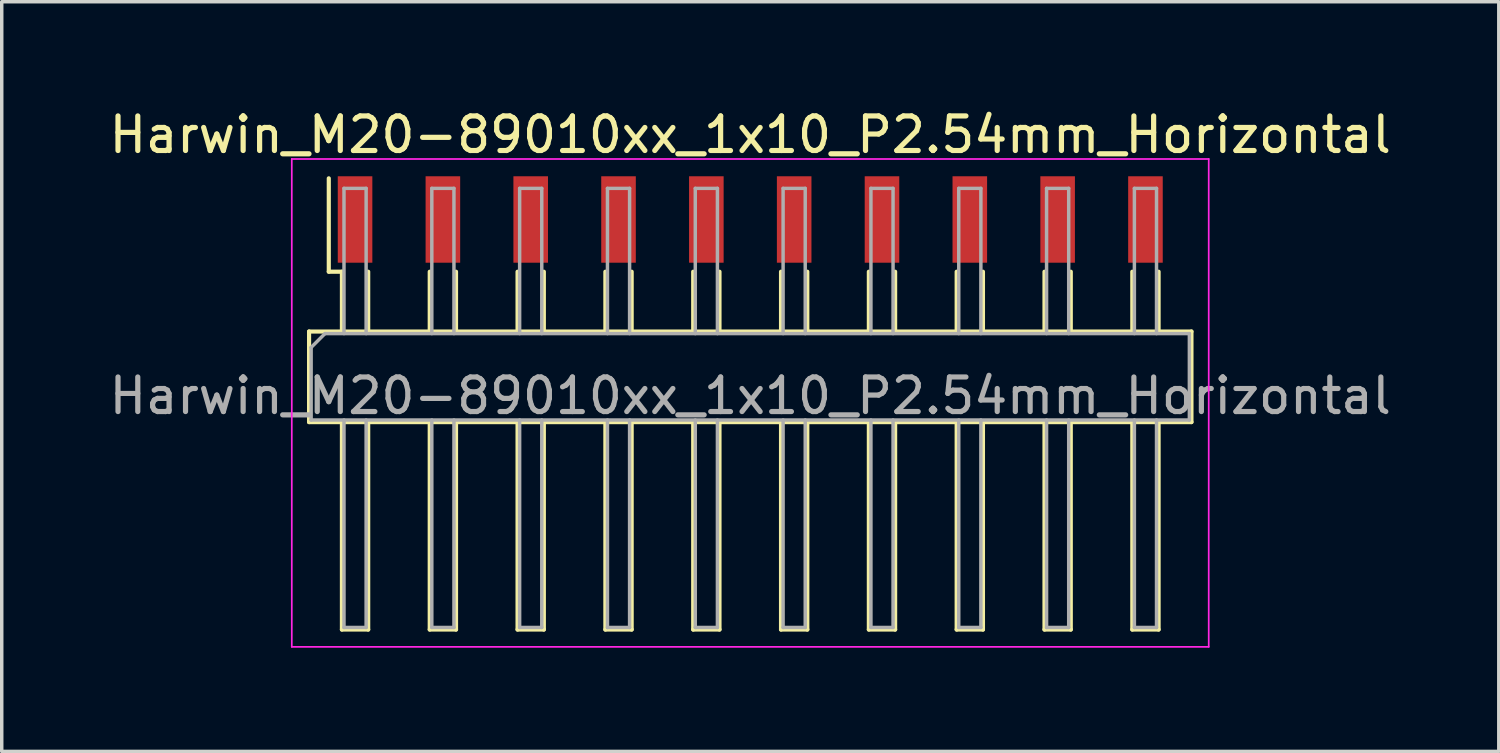
<source format=kicad_pcb>
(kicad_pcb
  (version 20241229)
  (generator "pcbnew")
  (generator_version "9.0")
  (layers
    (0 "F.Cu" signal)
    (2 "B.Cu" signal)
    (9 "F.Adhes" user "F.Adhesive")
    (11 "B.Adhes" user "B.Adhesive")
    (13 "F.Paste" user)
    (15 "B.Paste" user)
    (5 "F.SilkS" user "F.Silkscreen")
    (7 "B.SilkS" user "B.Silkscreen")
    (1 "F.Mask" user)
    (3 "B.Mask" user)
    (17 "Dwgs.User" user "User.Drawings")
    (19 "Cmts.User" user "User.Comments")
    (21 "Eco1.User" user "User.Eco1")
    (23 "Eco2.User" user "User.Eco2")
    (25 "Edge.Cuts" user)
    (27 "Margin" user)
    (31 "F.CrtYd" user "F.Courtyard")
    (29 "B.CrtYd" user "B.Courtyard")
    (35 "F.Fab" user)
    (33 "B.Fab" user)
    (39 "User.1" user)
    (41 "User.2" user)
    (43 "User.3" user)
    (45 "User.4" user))
  (footprint "Harwin_M20-89010xx_1x10_P2.54mm_Horizontal"
    (layer "F.Cu")
    (at 7.219 3.298)
    (property "Reference" "Harwin_M20-89010xx_1x10_P2.54mm_Horizontal" (at 11.43 -2.45 0) (layer "F.SilkS") (effects (font (size 1 1) (thickness 0.15))))
    (attr smd)
    (fp_line (start -1.33 3.24) (end -1.33 5.86) (stroke (width 0.12) (type solid)) (layer "F.SilkS"))
    (fp_line (start -1.33 5.86) (end 24.19 5.86) (stroke (width 0.12) (type solid)) (layer "F.SilkS"))
    (fp_line (start -0.76 1.51) (end -0.76 -1.19) (stroke (width 0.12) (type solid)) (layer "F.SilkS"))
    (fp_line (start -0.38 1.51) (end -0.76 1.51) (stroke (width 0.12) (type solid)) (layer "F.SilkS"))
    (fp_line (start -0.38 1.51) (end -0.38 3.24) (stroke (width 0.12) (type solid)) (layer "F.SilkS"))
    (fp_line (start -0.38 5.86) (end -0.38 11.86) (stroke (width 0.12) (type solid)) (layer "F.SilkS"))
    (fp_line (start -0.38 11.86) (end 0.38 11.86) (stroke (width 0.12) (type solid)) (layer "F.SilkS"))
    (fp_line (start 0.38 1.51) (end 0.38 3.24) (stroke (width 0.12) (type solid)) (layer "F.SilkS"))
    (fp_line (start 0.38 11.86) (end 0.38 5.86) (stroke (width 0.12) (type solid)) (layer "F.SilkS"))
    (fp_line (start 2.16 1.51) (end 2.16 3.24) (stroke (width 0.12) (type solid)) (layer "F.SilkS"))
    (fp_line (start 2.16 5.86) (end 2.16 11.86) (stroke (width 0.12) (type solid)) (layer "F.SilkS"))
    (fp_line (start 2.16 11.86) (end 2.92 11.86) (stroke (width 0.12) (type solid)) (layer "F.SilkS"))
    (fp_line (start 2.92 1.51) (end 2.92 3.24) (stroke (width 0.12) (type solid)) (layer "F.SilkS"))
    (fp_line (start 2.92 11.86) (end 2.92 5.86) (stroke (width 0.12) (type solid)) (layer "F.SilkS"))
    (fp_line (start 4.7 1.51) (end 4.7 3.24) (stroke (width 0.12) (type solid)) (layer "F.SilkS"))
    (fp_line (start 4.7 5.86) (end 4.7 11.86) (stroke (width 0.12) (type solid)) (layer "F.SilkS"))
    (fp_line (start 4.7 11.86) (end 5.46 11.86) (stroke (width 0.12) (type solid)) (layer "F.SilkS"))
    (fp_line (start 5.46 1.51) (end 5.46 3.24) (stroke (width 0.12) (type solid)) (layer "F.SilkS"))
    (fp_line (start 5.46 11.86) (end 5.46 5.86) (stroke (width 0.12) (type solid)) (layer "F.SilkS"))
    (fp_line (start 7.24 1.51) (end 7.24 3.24) (stroke (width 0.12) (type solid)) (layer "F.SilkS"))
    (fp_line (start 7.24 5.86) (end 7.24 11.86) (stroke (width 0.12) (type solid)) (layer "F.SilkS"))
    (fp_line (start 7.24 11.86) (end 8 11.86) (stroke (width 0.12) (type solid)) (layer "F.SilkS"))
    (fp_line (start 8 1.51) (end 8 3.24) (stroke (width 0.12) (type solid)) (layer "F.SilkS"))
    (fp_line (start 8 11.86) (end 8 5.86) (stroke (width 0.12) (type solid)) (layer "F.SilkS"))
    (fp_line (start 9.78 1.51) (end 9.78 3.24) (stroke (width 0.12) (type solid)) (layer "F.SilkS"))
    (fp_line (start 9.78 5.86) (end 9.78 11.86) (stroke (width 0.12) (type solid)) (layer "F.SilkS"))
    (fp_line (start 9.78 11.86) (end 10.54 11.86) (stroke (width 0.12) (type solid)) (layer "F.SilkS"))
    (fp_line (start 10.54 1.51) (end 10.54 3.24) (stroke (width 0.12) (type solid)) (layer "F.SilkS"))
    (fp_line (start 10.54 11.86) (end 10.54 5.86) (stroke (width 0.12) (type solid)) (layer "F.SilkS"))
    (fp_line (start 12.32 1.51) (end 12.32 3.24) (stroke (width 0.12) (type solid)) (layer "F.SilkS"))
    (fp_line (start 12.32 5.86) (end 12.32 11.86) (stroke (width 0.12) (type solid)) (layer "F.SilkS"))
    (fp_line (start 12.32 11.86) (end 13.08 11.86) (stroke (width 0.12) (type solid)) (layer "F.SilkS"))
    (fp_line (start 13.08 1.51) (end 13.08 3.24) (stroke (width 0.12) (type solid)) (layer "F.SilkS"))
    (fp_line (start 13.08 11.86) (end 13.08 5.86) (stroke (width 0.12) (type solid)) (layer "F.SilkS"))
    (fp_line (start 14.86 1.51) (end 14.86 3.24) (stroke (width 0.12) (type solid)) (layer "F.SilkS"))
    (fp_line (start 14.86 5.86) (end 14.86 11.86) (stroke (width 0.12) (type solid)) (layer "F.SilkS"))
    (fp_line (start 14.86 11.86) (end 15.62 11.86) (stroke (width 0.12) (type solid)) (layer "F.SilkS"))
    (fp_line (start 15.62 1.51) (end 15.62 3.24) (stroke (width 0.12) (type solid)) (layer "F.SilkS"))
    (fp_line (start 15.62 11.86) (end 15.62 5.86) (stroke (width 0.12) (type solid)) (layer "F.SilkS"))
    (fp_line (start 17.4 1.51) (end 17.4 3.24) (stroke (width 0.12) (type solid)) (layer "F.SilkS"))
    (fp_line (start 17.4 5.86) (end 17.4 11.86) (stroke (width 0.12) (type solid)) (layer "F.SilkS"))
    (fp_line (start 17.4 11.86) (end 18.16 11.86) (stroke (width 0.12) (type solid)) (layer "F.SilkS"))
    (fp_line (start 18.16 1.51) (end 18.16 3.24) (stroke (width 0.12) (type solid)) (layer "F.SilkS"))
    (fp_line (start 18.16 11.86) (end 18.16 5.86) (stroke (width 0.12) (type solid)) (layer "F.SilkS"))
    (fp_line (start 19.94 1.51) (end 19.94 3.24) (stroke (width 0.12) (type solid)) (layer "F.SilkS"))
    (fp_line (start 19.94 5.86) (end 19.94 11.86) (stroke (width 0.12) (type solid)) (layer "F.SilkS"))
    (fp_line (start 19.94 11.86) (end 20.7 11.86) (stroke (width 0.12) (type solid)) (layer "F.SilkS"))
    (fp_line (start 20.7 1.51) (end 20.7 3.24) (stroke (width 0.12) (type solid)) (layer "F.SilkS"))
    (fp_line (start 20.7 11.86) (end 20.7 5.86) (stroke (width 0.12) (type solid)) (layer "F.SilkS"))
    (fp_line (start 22.48 1.51) (end 22.48 3.24) (stroke (width 0.12) (type solid)) (layer "F.SilkS"))
    (fp_line (start 22.48 5.86) (end 22.48 11.86) (stroke (width 0.12) (type solid)) (layer "F.SilkS"))
    (fp_line (start 22.48 11.86) (end 23.24 11.86) (stroke (width 0.12) (type solid)) (layer "F.SilkS"))
    (fp_line (start 23.24 1.51) (end 23.24 3.24) (stroke (width 0.12) (type solid)) (layer "F.SilkS"))
    (fp_line (start 23.24 11.86) (end 23.24 5.86) (stroke (width 0.12) (type solid)) (layer "F.SilkS"))
    (fp_line (start 24.19 3.24) (end -1.33 3.24) (stroke (width 0.12) (type solid)) (layer "F.SilkS"))
    (fp_line (start 24.19 5.86) (end 24.19 3.24) (stroke (width 0.12) (type solid)) (layer "F.SilkS"))
    (fp_line (start -1.83 -1.75) (end 24.69 -1.75) (stroke (width 0.05) (type solid)) (layer "F.CrtYd"))
    (fp_line (start -1.83 12.36) (end -1.83 -1.75) (stroke (width 0.05) (type solid)) (layer "F.CrtYd"))
    (fp_line (start 24.69 -1.75) (end 24.69 12.36) (stroke (width 0.05) (type solid)) (layer "F.CrtYd"))
    (fp_line (start 24.69 12.36) (end -1.83 12.36) (stroke (width 0.05) (type solid)) (layer "F.CrtYd"))
    (fp_line (start -1.27 3.7) (end -1.27 5.8) (stroke (width 0.1) (type solid)) (layer "F.Fab"))
    (fp_line (start -1.27 5.8) (end 24.13 5.8) (stroke (width 0.1) (type solid)) (layer "F.Fab"))
    (fp_line (start -0.87 3.3) (end -1.27 3.7) (stroke (width 0.1) (type solid)) (layer "F.Fab"))
    (fp_line (start -0.32 -0.9) (end 0.32 -0.9) (stroke (width 0.1) (type solid)) (layer "F.Fab"))
    (fp_line (start -0.32 3.3) (end -0.32 -0.9) (stroke (width 0.1) (type solid)) (layer "F.Fab"))
    (fp_line (start -0.32 5.8) (end -0.32 11.8) (stroke (width 0.1) (type solid)) (layer "F.Fab"))
    (fp_line (start -0.32 11.8) (end 0.32 11.8) (stroke (width 0.1) (type solid)) (layer "F.Fab"))
    (fp_line (start 0.32 -0.9) (end 0.32 3.3) (stroke (width 0.1) (type solid)) (layer "F.Fab"))
    (fp_line (start 0.32 11.8) (end 0.32 5.8) (stroke (width 0.1) (type solid)) (layer "F.Fab"))
    (fp_line (start 2.22 -0.9) (end 2.86 -0.9) (stroke (width 0.1) (type solid)) (layer "F.Fab"))
    (fp_line (start 2.22 3.3) (end 2.22 -0.9) (stroke (width 0.1) (type solid)) (layer "F.Fab"))
    (fp_line (start 2.22 5.8) (end 2.22 11.8) (stroke (width 0.1) (type solid)) (layer "F.Fab"))
    (fp_line (start 2.22 11.8) (end 2.86 11.8) (stroke (width 0.1) (type solid)) (layer "F.Fab"))
    (fp_line (start 2.86 -0.9) (end 2.86 3.3) (stroke (width 0.1) (type solid)) (layer "F.Fab"))
    (fp_line (start 2.86 11.8) (end 2.86 5.8) (stroke (width 0.1) (type solid)) (layer "F.Fab"))
    (fp_line (start 4.76 -0.9) (end 5.4 -0.9) (stroke (width 0.1) (type solid)) (layer "F.Fab"))
    (fp_line (start 4.76 3.3) (end 4.76 -0.9) (stroke (width 0.1) (type solid)) (layer "F.Fab"))
    (fp_line (start 4.76 5.8) (end 4.76 11.8) (stroke (width 0.1) (type solid)) (layer "F.Fab"))
    (fp_line (start 4.76 11.8) (end 5.4 11.8) (stroke (width 0.1) (type solid)) (layer "F.Fab"))
    (fp_line (start 5.4 -0.9) (end 5.4 3.3) (stroke (width 0.1) (type solid)) (layer "F.Fab"))
    (fp_line (start 5.4 11.8) (end 5.4 5.8) (stroke (width 0.1) (type solid)) (layer "F.Fab"))
    (fp_line (start 7.3 -0.9) (end 7.94 -0.9) (stroke (width 0.1) (type solid)) (layer "F.Fab"))
    (fp_line (start 7.3 3.3) (end 7.3 -0.9) (stroke (width 0.1) (type solid)) (layer "F.Fab"))
    (fp_line (start 7.3 5.8) (end 7.3 11.8) (stroke (width 0.1) (type solid)) (layer "F.Fab"))
    (fp_line (start 7.3 11.8) (end 7.94 11.8) (stroke (width 0.1) (type solid)) (layer "F.Fab"))
    (fp_line (start 7.94 -0.9) (end 7.94 3.3) (stroke (width 0.1) (type solid)) (layer "F.Fab"))
    (fp_line (start 7.94 11.8) (end 7.94 5.8) (stroke (width 0.1) (type solid)) (layer "F.Fab"))
    (fp_line (start 9.84 -0.9) (end 10.48 -0.9) (stroke (width 0.1) (type solid)) (layer "F.Fab"))
    (fp_line (start 9.84 3.3) (end 9.84 -0.9) (stroke (width 0.1) (type solid)) (layer "F.Fab"))
    (fp_line (start 9.84 5.8) (end 9.84 11.8) (stroke (width 0.1) (type solid)) (layer "F.Fab"))
    (fp_line (start 9.84 11.8) (end 10.48 11.8) (stroke (width 0.1) (type solid)) (layer "F.Fab"))
    (fp_line (start 10.48 -0.9) (end 10.48 3.3) (stroke (width 0.1) (type solid)) (layer "F.Fab"))
    (fp_line (start 10.48 11.8) (end 10.48 5.8) (stroke (width 0.1) (type solid)) (layer "F.Fab"))
    (fp_line (start 12.38 -0.9) (end 13.02 -0.9) (stroke (width 0.1) (type solid)) (layer "F.Fab"))
    (fp_line (start 12.38 3.3) (end 12.38 -0.9) (stroke (width 0.1) (type solid)) (layer "F.Fab"))
    (fp_line (start 12.38 5.8) (end 12.38 11.8) (stroke (width 0.1) (type solid)) (layer "F.Fab"))
    (fp_line (start 12.38 11.8) (end 13.02 11.8) (stroke (width 0.1) (type solid)) (layer "F.Fab"))
    (fp_line (start 13.02 -0.9) (end 13.02 3.3) (stroke (width 0.1) (type solid)) (layer "F.Fab"))
    (fp_line (start 13.02 11.8) (end 13.02 5.8) (stroke (width 0.1) (type solid)) (layer "F.Fab"))
    (fp_line (start 14.92 -0.9) (end 15.56 -0.9) (stroke (width 0.1) (type solid)) (layer "F.Fab"))
    (fp_line (start 14.92 3.3) (end 14.92 -0.9) (stroke (width 0.1) (type solid)) (layer "F.Fab"))
    (fp_line (start 14.92 5.8) (end 14.92 11.8) (stroke (width 0.1) (type solid)) (layer "F.Fab"))
    (fp_line (start 14.92 11.8) (end 15.56 11.8) (stroke (width 0.1) (type solid)) (layer "F.Fab"))
    (fp_line (start 15.56 -0.9) (end 15.56 3.3) (stroke (width 0.1) (type solid)) (layer "F.Fab"))
    (fp_line (start 15.56 11.8) (end 15.56 5.8) (stroke (width 0.1) (type solid)) (layer "F.Fab"))
    (fp_line (start 17.46 -0.9) (end 18.1 -0.9) (stroke (width 0.1) (type solid)) (layer "F.Fab"))
    (fp_line (start 17.46 3.3) (end 17.46 -0.9) (stroke (width 0.1) (type solid)) (layer "F.Fab"))
    (fp_line (start 17.46 5.8) (end 17.46 11.8) (stroke (width 0.1) (type solid)) (layer "F.Fab"))
    (fp_line (start 17.46 11.8) (end 18.1 11.8) (stroke (width 0.1) (type solid)) (layer "F.Fab"))
    (fp_line (start 18.1 -0.9) (end 18.1 3.3) (stroke (width 0.1) (type solid)) (layer "F.Fab"))
    (fp_line (start 18.1 11.8) (end 18.1 5.8) (stroke (width 0.1) (type solid)) (layer "F.Fab"))
    (fp_line (start 20 -0.9) (end 20.64 -0.9) (stroke (width 0.1) (type solid)) (layer "F.Fab"))
    (fp_line (start 20 3.3) (end 20 -0.9) (stroke (width 0.1) (type solid)) (layer "F.Fab"))
    (fp_line (start 20 5.8) (end 20 11.8) (stroke (width 0.1) (type solid)) (layer "F.Fab"))
    (fp_line (start 20 11.8) (end 20.64 11.8) (stroke (width 0.1) (type solid)) (layer "F.Fab"))
    (fp_line (start 20.64 -0.9) (end 20.64 3.3) (stroke (width 0.1) (type solid)) (layer "F.Fab"))
    (fp_line (start 20.64 11.8) (end 20.64 5.8) (stroke (width 0.1) (type solid)) (layer "F.Fab"))
    (fp_line (start 22.54 -0.9) (end 23.18 -0.9) (stroke (width 0.1) (type solid)) (layer "F.Fab"))
    (fp_line (start 22.54 3.3) (end 22.54 -0.9) (stroke (width 0.1) (type solid)) (layer "F.Fab"))
    (fp_line (start 22.54 5.8) (end 22.54 11.8) (stroke (width 0.1) (type solid)) (layer "F.Fab"))
    (fp_line (start 22.54 11.8) (end 23.18 11.8) (stroke (width 0.1) (type solid)) (layer "F.Fab"))
    (fp_line (start 23.18 -0.9) (end 23.18 3.3) (stroke (width 0.1) (type solid)) (layer "F.Fab"))
    (fp_line (start 23.18 11.8) (end 23.18 5.8) (stroke (width 0.1) (type solid)) (layer "F.Fab"))
    (fp_line (start 24.13 3.3) (end -0.87 3.3) (stroke (width 0.1) (type solid)) (layer "F.Fab"))
    (fp_line (start 24.13 5.8) (end 24.13 3.3) (stroke (width 0.1) (type solid)) (layer "F.Fab"))
    (fp_text user "${REFERENCE}" (at 11.43 5.1 0) (layer "F.Fab") (effects (font (size 1 1) (thickness 0.15))))
    (pad "1" smd rect (at 0 0) (size 1 2.5) (layers "F.Cu" "F.Mask" "F.Paste"))
    (pad "2" smd rect (at 2.54 0) (size 1 2.5) (layers "F.Cu" "F.Mask" "F.Paste"))
    (pad "3" smd rect (at 5.08 0) (size 1 2.5) (layers "F.Cu" "F.Mask" "F.Paste"))
    (pad "4" smd rect (at 7.62 0) (size 1 2.5) (layers "F.Cu" "F.Mask" "F.Paste"))
    (pad "5" smd rect (at 10.16 0) (size 1 2.5) (layers "F.Cu" "F.Mask" "F.Paste"))
    (pad "6" smd rect (at 12.7 0) (size 1 2.5) (layers "F.Cu" "F.Mask" "F.Paste"))
    (pad "7" smd rect (at 15.24 0) (size 1 2.5) (layers "F.Cu" "F.Mask" "F.Paste"))
    (pad "8" smd rect (at 17.78 0) (size 1 2.5) (layers "F.Cu" "F.Mask" "F.Paste"))
    (pad "9" smd rect (at 20.32 0) (size 1 2.5) (layers "F.Cu" "F.Mask" "F.Paste"))
    (pad "10" smd rect (at 22.86 0) (size 1 2.5) (layers "F.Cu" "F.Mask" "F.Paste")))
  (gr_rect
    (start -3 -3)
    (end 40.298 18.683)
    (stroke (width 0.1) (type default))
    (fill no)
    (layer "Edge.Cuts")))
</source>
